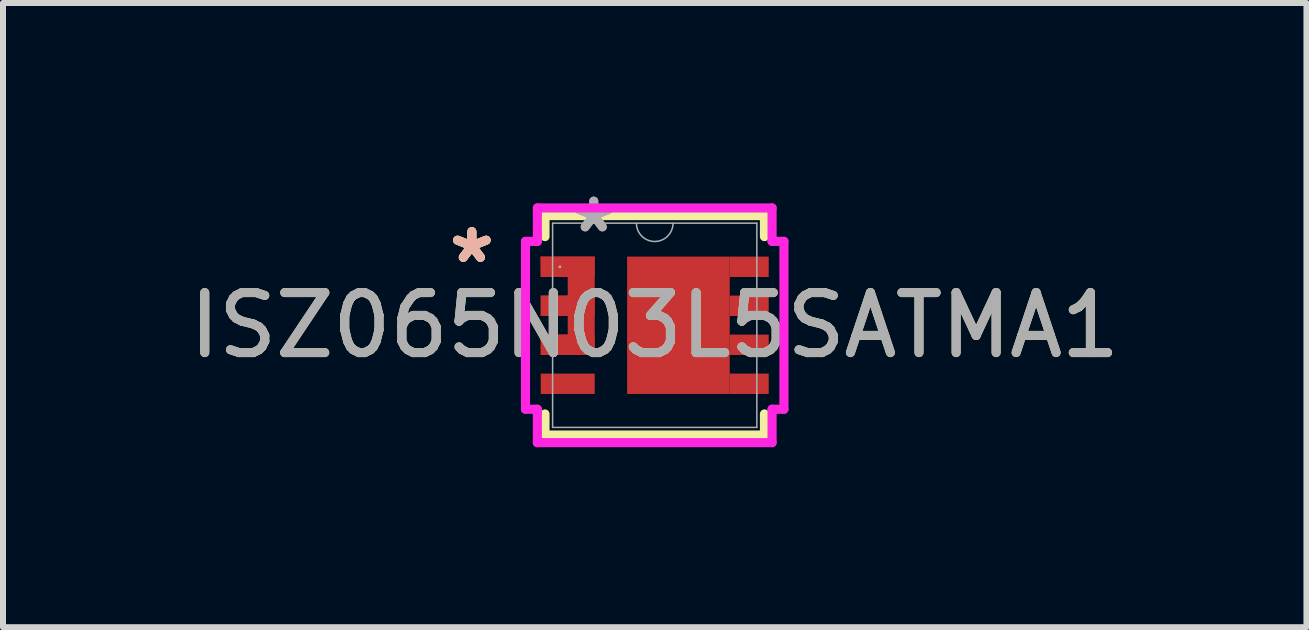
<source format=kicad_pcb>
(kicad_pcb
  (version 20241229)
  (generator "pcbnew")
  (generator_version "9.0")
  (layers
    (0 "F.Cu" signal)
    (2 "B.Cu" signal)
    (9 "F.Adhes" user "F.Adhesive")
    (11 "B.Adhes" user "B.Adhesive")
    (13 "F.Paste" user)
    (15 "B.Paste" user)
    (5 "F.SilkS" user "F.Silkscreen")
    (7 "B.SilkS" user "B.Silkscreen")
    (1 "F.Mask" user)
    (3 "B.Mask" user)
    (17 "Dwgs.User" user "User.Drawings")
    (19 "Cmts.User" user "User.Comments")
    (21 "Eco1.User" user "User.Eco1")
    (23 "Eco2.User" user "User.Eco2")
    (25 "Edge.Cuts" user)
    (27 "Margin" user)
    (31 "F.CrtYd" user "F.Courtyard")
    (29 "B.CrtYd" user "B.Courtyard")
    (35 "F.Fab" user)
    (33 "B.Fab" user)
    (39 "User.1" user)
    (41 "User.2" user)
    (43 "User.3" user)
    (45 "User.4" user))
  (footprint "ISZ065N03L5SATMA1"
    (layer "F.Cu")
    (at 7.863 2.372)
    (property "Reference" "ISZ065N03L5SATMA1" (at 0 0 0) (unlocked yes) (layer "F.SilkS") (effects (font (size 1 1) (thickness 0.15))))
    (attr smd)
    (fp_poly (pts (xy -0.46 -1.145) (xy -0.46 1.145) (xy 1.25 1.145) (xy 1.25 -1.145)) (stroke (width 0) (type solid)) (fill yes) (layer "F.Cu"))
    (fp_poly (pts (xy -1.905 -1.145) (xy -1 -1.145) (xy -1 0.495) (xy -1.9 0.495) (xy -1.9 0.155) (xy -1.45 0.155) (xy -1.45 -0.155) (xy -1.9 -0.155) (xy -1.9 -0.495) (xy -1.45 -0.495) (xy -1.45 -0.805) (xy -1.9 -0.805)) (stroke (width 0) (type solid)) (fill yes) (layer "F.Cu"))
    (fp_poly (pts (xy -1.9 0.805) (xy -1 0.805) (xy -1 1.145) (xy -1.9 1.145)) (stroke (width 0) (type solid)) (fill yes) (layer "F.Mask"))
    (fp_poly (pts (xy -0.46 -1.145) (xy 1.25 -1.145) (xy 1.25 1.145) (xy -0.46 1.145)) (stroke (width 0) (type solid)) (fill yes) (layer "F.Mask"))
    (fp_poly (pts (xy 1.25 -1.145) (xy 1.9 -1.145) (xy 1.9 -0.805) (xy 1.25 -0.805)) (stroke (width 0) (type solid)) (fill yes) (layer "F.Mask"))
    (fp_poly (pts (xy 1.25 -0.495) (xy 1.9 -0.495) (xy 1.9 -0.155) (xy 1.25 -0.155)) (stroke (width 0) (type solid)) (fill yes) (layer "F.Mask"))
    (fp_poly (pts (xy 1.25 0.155) (xy 1.9 0.155) (xy 1.9 0.495) (xy 1.25 0.495)) (stroke (width 0) (type solid)) (fill yes) (layer "F.Mask"))
    (fp_poly (pts (xy 1.25 0.805) (xy 1.9 0.805) (xy 1.9 1.145) (xy 1.25 1.145)) (stroke (width 0) (type solid)) (fill yes) (layer "F.Mask"))
    (fp_poly (pts (xy -1.9 -1.145) (xy -1 -1.145) (xy -1 0.495) (xy -1.9 0.495) (xy -1.9 0.155) (xy -1.45 0.155) (xy -1.45 -0.155) (xy -1.9 -0.155) (xy -1.9 -0.495) (xy -1.45 -0.495) (xy -1.45 -0.805) (xy -1.9 -0.805)) (stroke (width 0) (type solid)) (fill yes) (layer "F.Mask"))
    (fp_line (start -1.829 -1.829) (end 1.829 -1.829) (stroke (width 0.152) (type solid)) (layer "F.SilkS"))
    (fp_line (start -1.829 -1.478) (end -1.829 -1.829) (stroke (width 0.152) (type solid)) (layer "F.SilkS"))
    (fp_line (start -1.829 1.829) (end -1.829 1.478) (stroke (width 0.152) (type solid)) (layer "F.SilkS"))
    (fp_line (start 1.829 -1.829) (end 1.829 -1.478) (stroke (width 0.152) (type solid)) (layer "F.SilkS"))
    (fp_line (start 1.829 1.478) (end 1.829 1.829) (stroke (width 0.152) (type solid)) (layer "F.SilkS"))
    (fp_line (start 1.829 1.829) (end -1.829 1.829) (stroke (width 0.152) (type solid)) (layer "F.SilkS"))
    (fp_poly (pts (xy -1.85 -1.095) (xy -1.05 -1.095) (xy -1.05 -0.855) (xy -1.85 -0.855)) (stroke (width 0) (type solid)) (fill yes) (layer "F.Paste"))
    (fp_poly (pts (xy -1.85 -0.445) (xy -1.05 -0.445) (xy -1.05 -0.205) (xy -1.85 -0.205)) (stroke (width 0) (type solid)) (fill yes) (layer "F.Paste"))
    (fp_poly (pts (xy -1.85 0.205) (xy -1.05 0.205) (xy -1.05 0.445) (xy -1.85 0.445)) (stroke (width 0) (type solid)) (fill yes) (layer "F.Paste"))
    (fp_poly (pts (xy -1.85 0.855) (xy -1.25 0.855) (xy -1.25 1.095) (xy -1.85 1.095)) (stroke (width 0) (type solid)) (fill yes) (layer "F.Paste"))
    (fp_poly (pts (xy -0.35 -1.095) (xy 1.05 -1.095) (xy 1.05 -0.855) (xy -0.35 -0.855)) (stroke (width 0) (type solid)) (fill yes) (layer "F.Paste"))
    (fp_poly (pts (xy -0.35 -0.545) (xy 1.05 -0.545) (xy 1.05 0.545) (xy -0.35 0.545)) (stroke (width 0) (type solid)) (fill yes) (layer "F.Paste"))
    (fp_poly (pts (xy -0.35 0.855) (xy 1.05 0.855) (xy 1.05 1.095) (xy -0.35 1.095)) (stroke (width 0) (type solid)) (fill yes) (layer "F.Paste"))
    (fp_poly (pts (xy 1.25 -1.095) (xy 1.85 -1.095) (xy 1.85 -0.855) (xy 1.25 -0.855)) (stroke (width 0) (type solid)) (fill yes) (layer "F.Paste"))
    (fp_poly (pts (xy 1.25 -0.445) (xy 1.85 -0.445) (xy 1.85 -0.205) (xy 1.25 -0.205)) (stroke (width 0) (type solid)) (fill yes) (layer "F.Paste"))
    (fp_poly (pts (xy 1.25 0.205) (xy 1.85 0.205) (xy 1.85 0.445) (xy 1.25 0.445)) (stroke (width 0) (type solid)) (fill yes) (layer "F.Paste"))
    (fp_poly (pts (xy 1.25 0.855) (xy 1.85 0.855) (xy 1.85 1.095) (xy 1.25 1.095)) (stroke (width 0) (type solid)) (fill yes) (layer "F.Paste"))
    (fp_line (start -2.154 -1.399) (end -2.154 1.399) (stroke (width 0.152) (type solid)) (layer "F.CrtYd"))
    (fp_line (start -2.154 1.399) (end -1.956 1.399) (stroke (width 0.152) (type solid)) (layer "F.CrtYd"))
    (fp_line (start -1.956 -1.956) (end -1.956 -1.399) (stroke (width 0.152) (type solid)) (layer "F.CrtYd"))
    (fp_line (start -1.956 -1.399) (end -2.154 -1.399) (stroke (width 0.152) (type solid)) (layer "F.CrtYd"))
    (fp_line (start -1.956 1.399) (end -1.956 1.956) (stroke (width 0.152) (type solid)) (layer "F.CrtYd"))
    (fp_line (start -1.956 1.956) (end 1.956 1.956) (stroke (width 0.152) (type solid)) (layer "F.CrtYd"))
    (fp_line (start 1.956 -1.956) (end -1.956 -1.956) (stroke (width 0.152) (type solid)) (layer "F.CrtYd"))
    (fp_line (start 1.956 -1.399) (end 1.956 -1.956) (stroke (width 0.152) (type solid)) (layer "F.CrtYd"))
    (fp_line (start 1.956 1.399) (end 2.154 1.399) (stroke (width 0.152) (type solid)) (layer "F.CrtYd"))
    (fp_line (start 1.956 1.956) (end 1.956 1.399) (stroke (width 0.152) (type solid)) (layer "F.CrtYd"))
    (fp_line (start 2.154 -1.399) (end 1.956 -1.399) (stroke (width 0.152) (type solid)) (layer "F.CrtYd"))
    (fp_line (start 2.154 1.399) (end 2.154 -1.399) (stroke (width 0.152) (type solid)) (layer "F.CrtYd"))
    (fp_line (start -1.702 -1.702) (end -1.702 1.702) (stroke (width 0.025) (type solid)) (layer "F.Fab"))
    (fp_line (start -1.702 1.702) (end 1.702 1.702) (stroke (width 0.025) (type solid)) (layer "F.Fab"))
    (fp_line (start 1.702 -1.702) (end -1.702 -1.702) (stroke (width 0.025) (type solid)) (layer "F.Fab"))
    (fp_line (start 1.702 1.702) (end 1.702 -1.702) (stroke (width 0.025) (type solid)) (layer "F.Fab"))
    (fp_arc (start 0.3048 -1.7018) (mid 0 -1.397) (end -0.3048 -1.7018) (stroke (width 0.0254) (type solid)) (layer "F.Fab"))
    (fp_circle (center -1.58 -0.975) (end -1.58 -0.975) (stroke (width 0.025) (type solid)) (fill no) (layer "F.Fab"))
    (fp_text user "*" (at -3.048 -1.016 0) (unlocked yes) (layer "F.SilkS") (effects (font (size 1 1) (thickness 0.15))))
    (fp_text user "*" (at -3.048 -1.016 0) (layer "F.SilkS") (effects (font (size 1 1) (thickness 0.15))))
    (fp_text user "*" (at -3.048 -1.016 0) (unlocked yes) (layer "B.SilkS") (effects (font (size 1 1) (thickness 0.15))))
    (fp_text user "*" (at -1.016 -1.524 0) (layer "F.Fab") (effects (font (size 1 1) (thickness 0.15))))
    (fp_text user "${REFERENCE}" (at 0 0 0) (unlocked yes) (layer "F.Fab") (effects (font (size 1 1) (thickness 0.15))))
    (fp_text user "*" (at -1.016 -1.524 0) (unlocked yes) (layer "F.Fab") (effects (font (size 1 1) (thickness 0.15))))
    (pad "1" smd rect (at -1.45 -0.975) (size 0.9 0.34) (layers "F.Cu"))
    (pad "2" smd rect (at -1.45 -0.325) (size 0.9 0.34) (layers "F.Cu"))
    (pad "3" smd rect (at -1.45 0.325) (size 0.9 0.34) (layers "F.Cu"))
    (pad "4" smd rect (at -1.45 0.975) (size 0.9 0.34) (layers "F.Cu"))
    (pad "5" smd rect (at 1.575 0.975) (size 0.65 0.34) (layers "F.Cu"))
    (pad "6" smd rect (at 1.575 0.325) (size 0.65 0.34) (layers "F.Cu"))
    (pad "7" smd rect (at 1.575 -0.325) (size 0.65 0.34) (layers "F.Cu"))
    (pad "8" smd rect (at 1.575 -0.975) (size 0.65 0.34) (layers "F.Cu")))
  (gr_rect
    (start -3 -3)
    (end 18.726 7.404)
    (stroke (width 0.1) (type default))
    (fill no)
    (layer "Edge.Cuts")))
</source>
